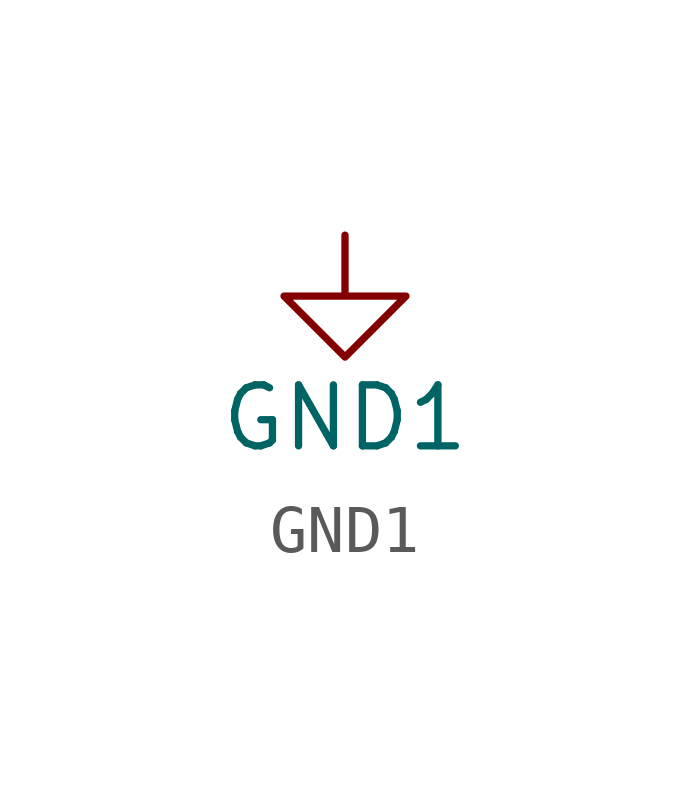
<source format=kicad_sym>
(kicad_symbol_lib
  (version 20211014)
  (generator kicad_symbol_editor)
  (symbol "power1:GND1"
    (power)
    (pin_names
      (offset 0))
    (property "Reference" "#PWR"
      (at 0 -6.35 0)
      (effects (font (size 1.27 1.27)) hide))
    (property "Value" "GND1"
      (at 0 -3.81 0)
      (effects (font (size 1.27 1.27))))
    (symbol "GND1_0_1"
      (polyline (pts (xy 0 0) (xy 0 -1.27) (xy 1.27 -1.27) (xy 0 -2.54) (xy -1.27 -1.27) (xy 0 -1.27)) (stroke (width 0) (type default) (color 0 0 0 0)) (fill (type none))))
    (symbol "GND1_1_1"
      (pin power_in line (at 0 0 270) (length 0) hide (name "GND1" (effects (font (size 1.27 1.27)))) (number "1" (effects (font (size 1.27 1.27))))))))
</source>
